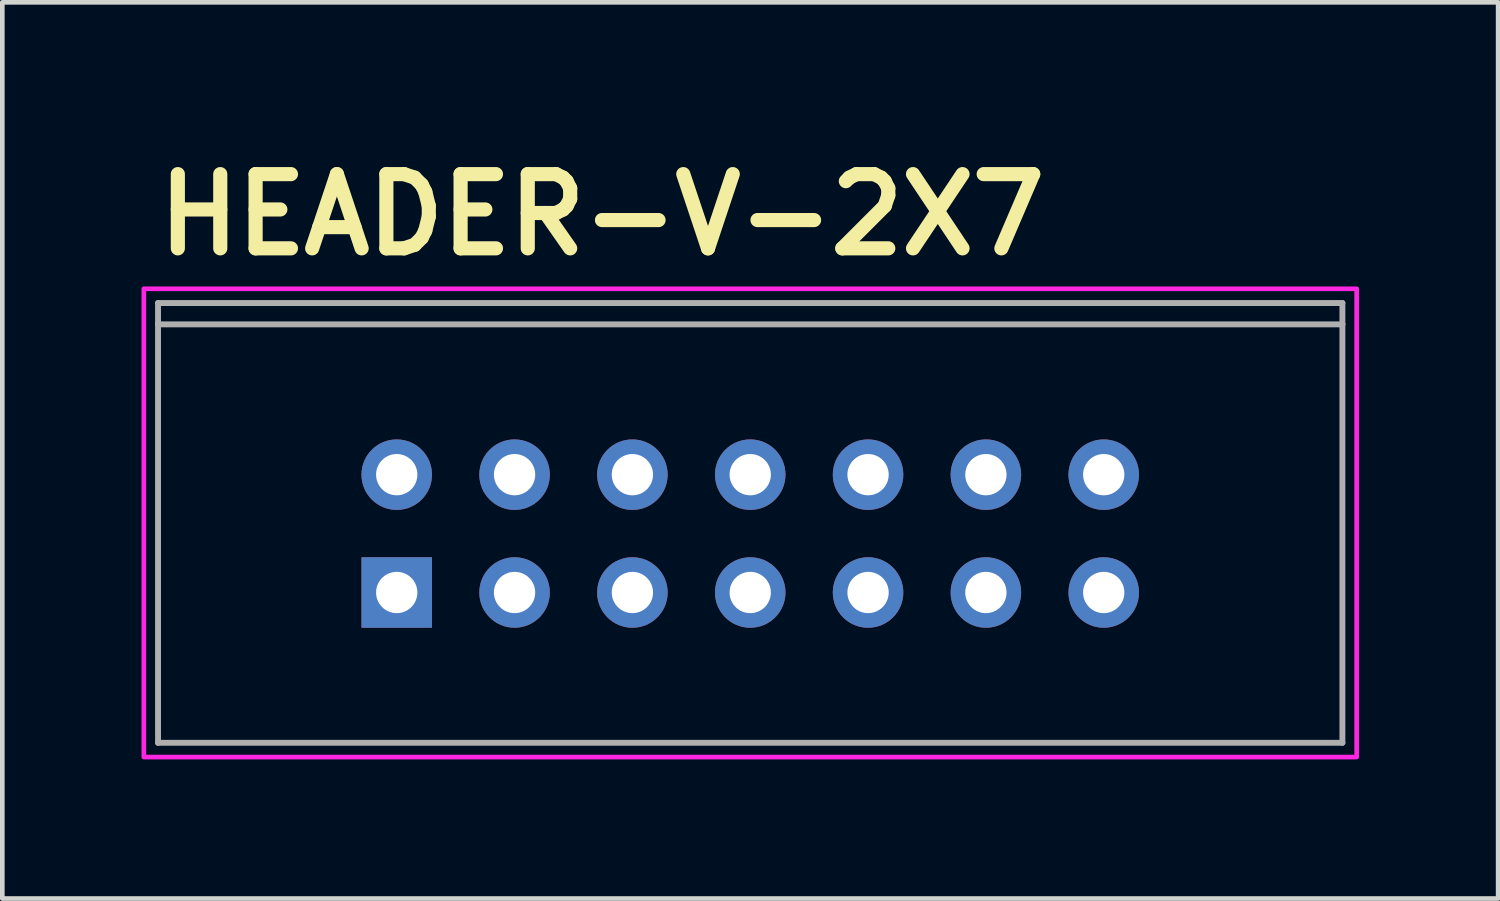
<source format=kicad_pcb>
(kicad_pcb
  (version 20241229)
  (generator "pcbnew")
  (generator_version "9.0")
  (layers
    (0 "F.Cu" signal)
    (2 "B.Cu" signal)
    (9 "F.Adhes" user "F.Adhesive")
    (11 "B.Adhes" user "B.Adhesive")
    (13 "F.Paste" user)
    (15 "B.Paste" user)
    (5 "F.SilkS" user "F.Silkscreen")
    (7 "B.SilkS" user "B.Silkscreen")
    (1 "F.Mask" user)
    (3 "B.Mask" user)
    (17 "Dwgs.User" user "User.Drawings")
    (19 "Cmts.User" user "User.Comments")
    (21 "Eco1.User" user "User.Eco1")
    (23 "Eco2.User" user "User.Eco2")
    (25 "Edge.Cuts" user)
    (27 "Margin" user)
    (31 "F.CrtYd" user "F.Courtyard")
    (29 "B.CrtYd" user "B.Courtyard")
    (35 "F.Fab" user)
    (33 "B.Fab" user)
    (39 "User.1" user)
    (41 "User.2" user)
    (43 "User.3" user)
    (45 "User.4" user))
  (footprint "HEADER-V-2X7"
    (layer "F.Cu")
    (at 13.122 8.452)
    (property "Reference" "HEADER-V-2X7" (at -12.92 -5.937 0) (layer "F.SilkS") (effects (font (size 1.6 1.6) (thickness 0.305)) (justify left bottom)))
    (fp_poly (pts (xy -13.072 4.817) (xy 13.072 4.817) (xy 13.072 -5.277) (xy -13.072 -5.277)) (stroke (width 0.1) (type solid)) (fill no) (layer "F.CrtYd"))
    (fp_line (start -12.765 -4.97) (end -12.765 -4.51) (stroke (width 0.127) (type solid)) (layer "F.Fab"))
    (fp_line (start -12.765 -4.51) (end -12.765 4.51) (stroke (width 0.127) (type solid)) (layer "F.Fab"))
    (fp_line (start -12.765 4.51) (end 12.765 4.51) (stroke (width 0.127) (type solid)) (layer "F.Fab"))
    (fp_line (start 12.765 -4.97) (end -12.765 -4.97) (stroke (width 0.127) (type solid)) (layer "F.Fab"))
    (fp_line (start 12.765 -4.51) (end -12.765 -4.51) (stroke (width 0.127) (type solid)) (layer "F.Fab"))
    (fp_line (start 12.765 -4.51) (end 12.765 -4.97) (stroke (width 0.127) (type solid)) (layer "F.Fab"))
    (fp_line (start 12.765 4.51) (end 12.765 -4.51) (stroke (width 0.127) (type solid)) (layer "F.Fab"))
    (pad "1" thru_hole rect (at -7.62 1.27) (size 1.52 1.52) (drill 0.89) (layers "*.Cu" "*.Mask"))
    (pad "2" thru_hole circle (at -7.62 -1.27) (size 1.52 1.52) (drill 0.89) (layers "*.Cu" "*.Mask"))
    (pad "3" thru_hole circle (at -5.08 1.27) (size 1.52 1.52) (drill 0.89) (layers "*.Cu" "*.Mask"))
    (pad "4" thru_hole circle (at -5.08 -1.27) (size 1.52 1.52) (drill 0.89) (layers "*.Cu" "*.Mask"))
    (pad "5" thru_hole circle (at -2.54 1.27) (size 1.52 1.52) (drill 0.89) (layers "*.Cu" "*.Mask"))
    (pad "6" thru_hole circle (at -2.54 -1.27) (size 1.52 1.52) (drill 0.89) (layers "*.Cu" "*.Mask"))
    (pad "7" thru_hole circle (at 0 1.27) (size 1.52 1.52) (drill 0.89) (layers "*.Cu" "*.Mask"))
    (pad "8" thru_hole circle (at 0 -1.27) (size 1.52 1.52) (drill 0.89) (layers "*.Cu" "*.Mask"))
    (pad "9" thru_hole circle (at 2.54 1.27) (size 1.52 1.52) (drill 0.89) (layers "*.Cu" "*.Mask"))
    (pad "10" thru_hole circle (at 2.54 -1.27) (size 1.52 1.52) (drill 0.89) (layers "*.Cu" "*.Mask"))
    (pad "11" thru_hole circle (at 5.08 1.27) (size 1.52 1.52) (drill 0.89) (layers "*.Cu" "*.Mask"))
    (pad "12" thru_hole circle (at 5.08 -1.27) (size 1.52 1.52) (drill 0.89) (layers "*.Cu" "*.Mask"))
    (pad "13" thru_hole circle (at 7.62 1.27) (size 1.52 1.52) (drill 0.89) (layers "*.Cu" "*.Mask"))
    (pad "14" thru_hole circle (at 7.62 -1.27) (size 1.52 1.52) (drill 0.89) (layers "*.Cu" "*.Mask")))
  (gr_rect
    (start -3 -3)
    (end 29.244 16.319)
    (stroke (width 0.1) (type default))
    (fill no)
    (layer "Edge.Cuts")))
</source>
